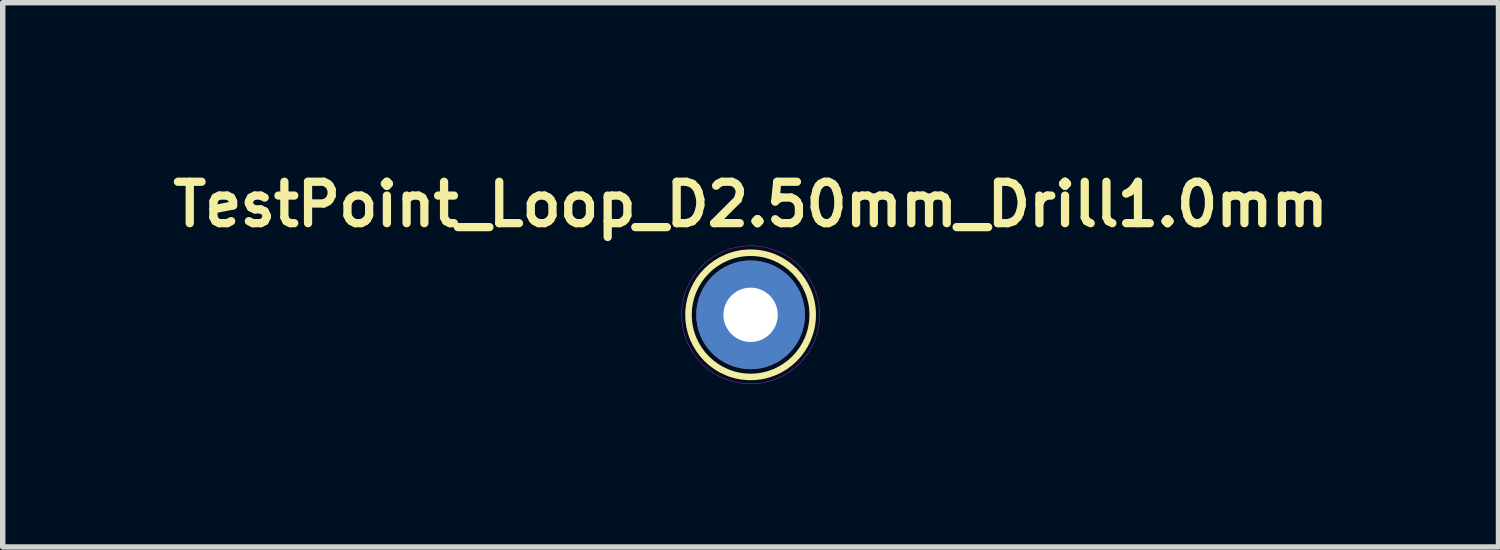
<source format=kicad_pcb>
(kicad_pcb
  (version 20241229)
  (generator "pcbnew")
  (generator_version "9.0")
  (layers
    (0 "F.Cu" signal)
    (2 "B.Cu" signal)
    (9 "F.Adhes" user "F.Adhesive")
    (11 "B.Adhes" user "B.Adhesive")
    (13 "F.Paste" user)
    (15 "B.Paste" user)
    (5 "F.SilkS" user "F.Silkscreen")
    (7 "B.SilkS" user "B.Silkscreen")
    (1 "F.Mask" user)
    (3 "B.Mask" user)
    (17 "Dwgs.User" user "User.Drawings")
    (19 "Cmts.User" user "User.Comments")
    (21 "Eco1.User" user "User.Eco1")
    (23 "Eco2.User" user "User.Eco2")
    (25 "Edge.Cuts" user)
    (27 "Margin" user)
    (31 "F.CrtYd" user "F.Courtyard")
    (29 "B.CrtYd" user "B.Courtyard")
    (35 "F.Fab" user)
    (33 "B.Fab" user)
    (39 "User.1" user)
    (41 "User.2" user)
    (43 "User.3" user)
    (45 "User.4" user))
  (footprint "TestPoint_Loop_D2.50mm_Drill1.0mm"
    (layer "F.Cu")
    (at 10.766 2.745)
    (property "Reference" "TestPoint_Loop_D2.50mm_Drill1.0mm" (at 0 -2.032 0) (layer "F.SilkS") (effects (font (size 0.762 0.762) (thickness 0.152) (bold yes))))
    (attr through_hole)
    (fp_circle (center 0 0) (end 1.143 0) (stroke (width 0.12) (type solid)) (fill no) (layer "F.SilkS"))
    (fp_circle (center 0 0) (end 1.27 0) (stroke (width 0.006) (type solid)) (fill no) (layer "F.CrtYd"))
    (pad "1" thru_hole circle (at 0 0) (size 2 2) (drill 1) (layers "*.Cu" "*.Mask")))
  (gr_rect
    (start -3 -3)
    (end 24.532 7.018)
    (stroke (width 0.1) (type default))
    (fill no)
    (layer "Edge.Cuts")))
</source>
